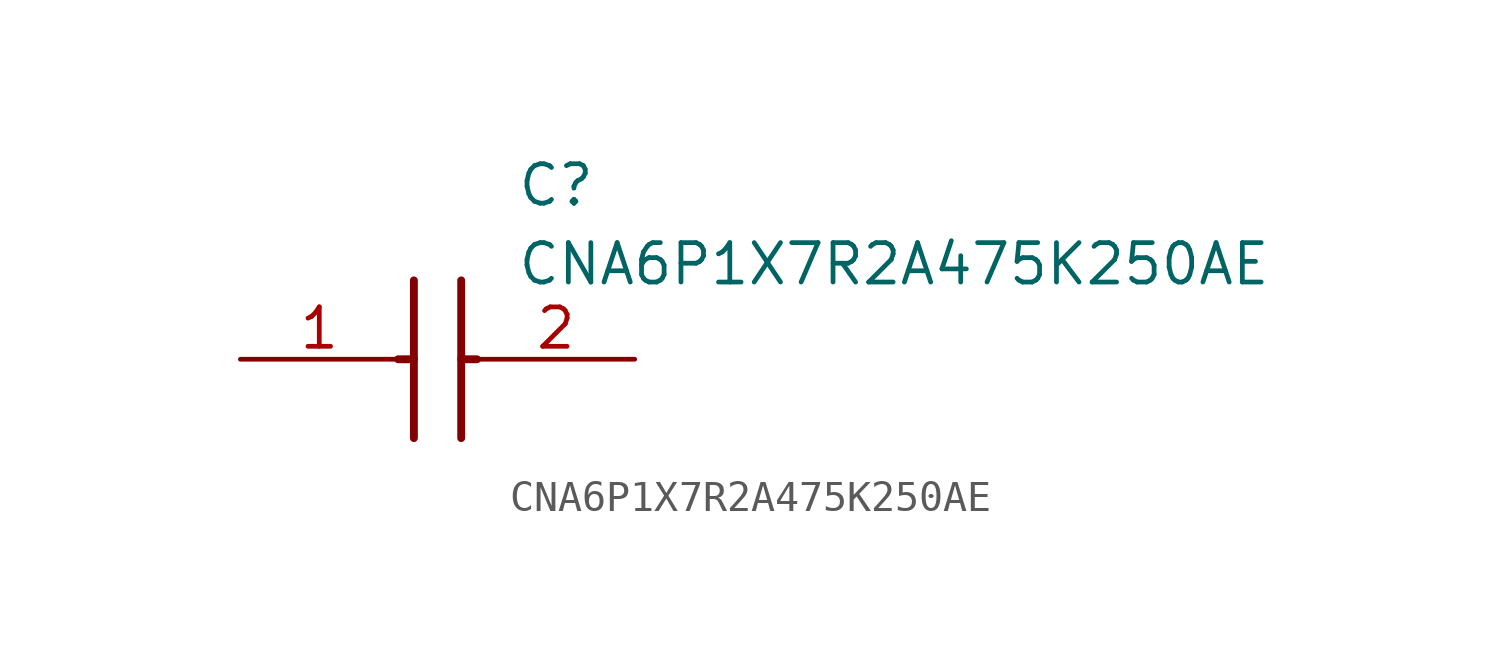
<source format=kicad_sym>
(kicad_symbol_lib
  (version 20211014)
  (generator SamacSys_ECAD_Model)
  (symbol "CNA6P1X7R2A475K250AE"
    (pin_names hide)
    (property "Reference" "C"
      (at 8.89 6.35 0)
      (effects (font (size 1.27 1.27)) (justify left top)))
    (property "Value" "CNA6P1X7R2A475K250AE"
      (at 8.89 3.81 0)
      (effects (font (size 1.27 1.27)) (justify left top)))
    (polyline
      (pts (xy 5.588 2.54) (xy 5.588 -2.54))
      (stroke (width 0.254) (type default))
      (fill (type none)))
    (polyline
      (pts (xy 7.112 2.54) (xy 7.112 -2.54))
      (stroke (width 0.254) (type default))
      (fill (type none)))
    (polyline
      (pts (xy 5.08 0) (xy 5.588 0))
      (stroke (width 0.254) (type default))
      (fill (type none)))
    (polyline
      (pts (xy 7.112 0) (xy 7.62 0))
      (stroke (width 0.254) (type default))
      (fill (type none)))
    (pin passive line
      (at 0 0 0)
      (length 5.08)
      (name "1" (effects (font (size 1.27 1.27))))
      (number "1" (effects (font (size 1.27 1.27)))))
    (pin passive line
      (at 12.7 0 180)
      (length 5.08)
      (name "2" (effects (font (size 1.27 1.27))))
      (number "2" (effects (font (size 1.27 1.27)))))))
</source>
